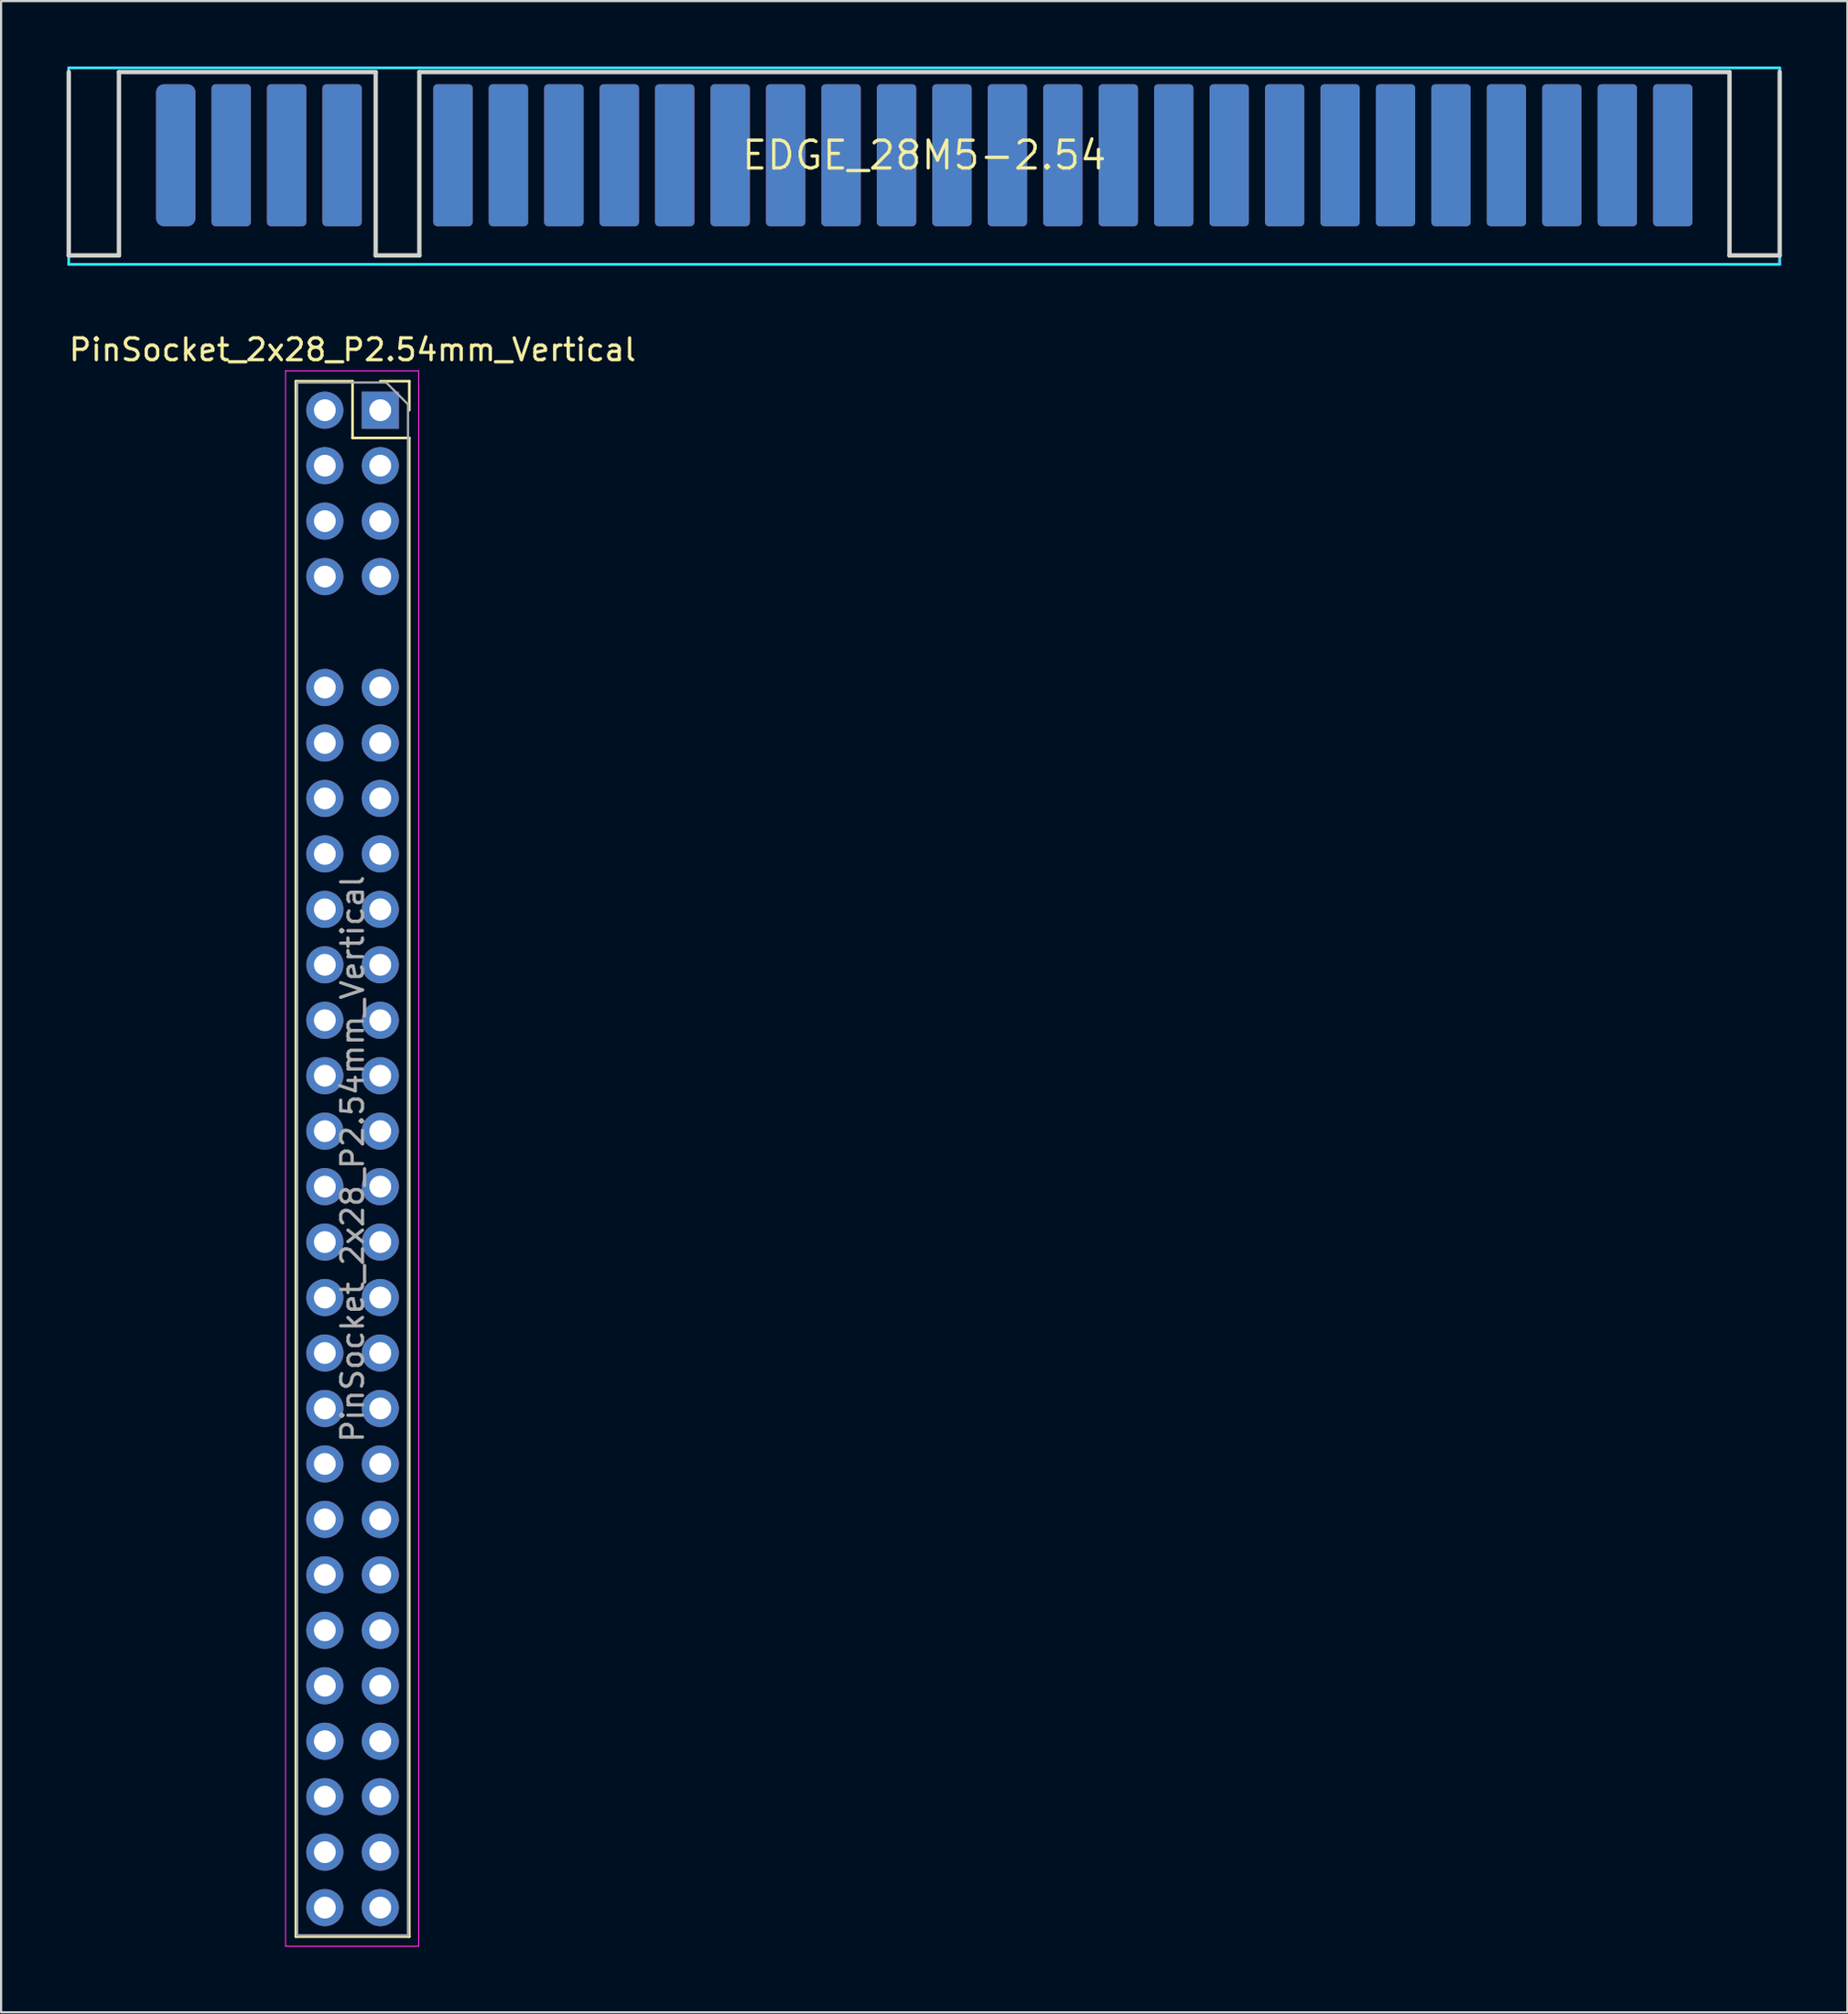
<source format=kicad_pcb>
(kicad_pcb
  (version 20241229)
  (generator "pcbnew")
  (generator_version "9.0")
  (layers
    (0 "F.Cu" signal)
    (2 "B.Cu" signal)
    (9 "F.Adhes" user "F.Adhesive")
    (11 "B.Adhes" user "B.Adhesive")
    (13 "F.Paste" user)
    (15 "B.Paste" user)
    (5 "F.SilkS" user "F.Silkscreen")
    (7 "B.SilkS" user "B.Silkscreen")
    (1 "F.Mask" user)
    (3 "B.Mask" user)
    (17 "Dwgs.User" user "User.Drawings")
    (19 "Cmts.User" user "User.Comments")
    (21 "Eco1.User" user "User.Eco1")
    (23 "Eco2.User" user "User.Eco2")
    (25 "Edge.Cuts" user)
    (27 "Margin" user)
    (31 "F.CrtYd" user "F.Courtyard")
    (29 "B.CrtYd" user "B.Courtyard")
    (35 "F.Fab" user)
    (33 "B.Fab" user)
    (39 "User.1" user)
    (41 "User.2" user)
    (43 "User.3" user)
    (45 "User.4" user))
  (footprint "EDGE_28M5-2.54"
    (layer "F.Cu")
    (at 39.29 4.06)
    (property "Reference" "EDGE_28M5-2.54" (at 0 0 0) (layer "F.SilkS") (effects (font (size 1.27 1.27) (thickness 0.15))))
    (attr through_hole)
    (fp_line (start -39.19 -3.81) (end -39.19 4.59) (stroke (width 0.2) (type solid)) (layer "Edge.Cuts"))
    (fp_line (start -39.19 4.59) (end -36.89 4.59) (stroke (width 0.2) (type solid)) (layer "Edge.Cuts"))
    (fp_line (start -36.89 -3.81) (end -25.13 -3.81) (stroke (width 0.2) (type solid)) (layer "Edge.Cuts"))
    (fp_line (start -36.89 4.59) (end -36.89 -3.81) (stroke (width 0.2) (type solid)) (layer "Edge.Cuts"))
    (fp_line (start -25.13 -3.81) (end -25.13 4.59) (stroke (width 0.2) (type solid)) (layer "Edge.Cuts"))
    (fp_line (start -25.13 4.59) (end -23.13 4.59) (stroke (width 0.2) (type solid)) (layer "Edge.Cuts"))
    (fp_line (start -23.13 -3.81) (end 36.89 -3.81) (stroke (width 0.2) (type solid)) (layer "Edge.Cuts"))
    (fp_line (start -23.13 4.59) (end -23.13 -3.81) (stroke (width 0.2) (type solid)) (layer "Edge.Cuts"))
    (fp_line (start 36.89 -3.81) (end 36.89 4.59) (stroke (width 0.2) (type solid)) (layer "Edge.Cuts"))
    (fp_line (start 36.89 4.59) (end 39.19 4.59) (stroke (width 0.2) (type solid)) (layer "Edge.Cuts"))
    (fp_line (start 39.19 4.59) (end 39.19 -3.81) (stroke (width 0.2) (type solid)) (layer "Edge.Cuts"))
    (fp_line (start -39.19 -4) (end 39.19 -4) (stroke (width 0.12) (type solid)) (layer "B.CrtYd"))
    (fp_line (start -39.19 5) (end -39.19 -4) (stroke (width 0.12) (type solid)) (layer "B.CrtYd"))
    (fp_line (start 39.19 -4) (end 39.19 5) (stroke (width 0.12) (type solid)) (layer "B.CrtYd"))
    (fp_line (start 39.19 5) (end -39.19 5) (stroke (width 0.12) (type solid)) (layer "B.CrtYd"))
    (fp_line (start -39.19 -4) (end 39.19 -4) (stroke (width 0.12) (type solid)) (layer "F.CrtYd"))
    (fp_line (start -39.19 5) (end -39.19 -4) (stroke (width 0.12) (type solid)) (layer "F.CrtYd"))
    (fp_line (start 39.19 -4) (end 39.19 5) (stroke (width 0.12) (type solid)) (layer "F.CrtYd"))
    (fp_line (start 39.19 5) (end -39.19 5) (stroke (width 0.12) (type solid)) (layer "F.CrtYd"))
    (pad "A1" smd roundrect (at -34.29 0) (size 1.8 6.5) (layers "B.Cu" "B.Mask" "B.Paste") (roundrect_rratio 0.2))
    (pad "A2" smd roundrect (at -31.75 0) (size 1.8 6.5) (layers "B.Cu" "B.Mask" "B.Paste") (roundrect_rratio 0.1))
    (pad "A3" smd roundrect (at -29.21 0) (size 1.8 6.5) (layers "B.Cu" "B.Mask" "B.Paste") (roundrect_rratio 0.1))
    (pad "A4" smd roundrect (at -26.67 0) (size 1.8 6.5) (layers "B.Cu" "B.Mask" "B.Paste") (roundrect_rratio 0.1))
    (pad "A6" smd roundrect (at -21.59 0) (size 1.8 6.5) (layers "B.Cu" "B.Mask" "B.Paste") (roundrect_rratio 0.1))
    (pad "A7" smd roundrect (at -19.05 0) (size 1.8 6.5) (layers "B.Cu" "B.Mask" "B.Paste") (roundrect_rratio 0.1))
    (pad "A8" smd roundrect (at -16.51 0) (size 1.8 6.5) (layers "B.Cu" "B.Mask" "B.Paste") (roundrect_rratio 0.1))
    (pad "A9" smd roundrect (at -13.97 0) (size 1.8 6.5) (layers "B.Cu" "B.Mask" "B.Paste") (roundrect_rratio 0.1))
    (pad "A10" smd roundrect (at -11.43 0) (size 1.8 6.5) (layers "B.Cu" "B.Mask" "B.Paste") (roundrect_rratio 0.1))
    (pad "A11" smd roundrect (at -8.89 0) (size 1.8 6.5) (layers "B.Cu" "B.Mask" "B.Paste") (roundrect_rratio 0.1))
    (pad "A12" smd roundrect (at -6.35 0) (size 1.8 6.5) (layers "B.Cu" "B.Mask" "B.Paste") (roundrect_rratio 0.1))
    (pad "A13" smd roundrect (at -3.81 0) (size 1.8 6.5) (layers "B.Cu" "B.Mask" "B.Paste") (roundrect_rratio 0.1))
    (pad "A14" smd roundrect (at -1.27 0) (size 1.8 6.5) (layers "B.Cu" "B.Mask" "B.Paste") (roundrect_rratio 0.1))
    (pad "A15" smd roundrect (at 1.27 0) (size 1.8 6.5) (layers "B.Cu" "B.Mask" "B.Paste") (roundrect_rratio 0.1))
    (pad "A16" smd roundrect (at 3.81 0) (size 1.8 6.5) (layers "B.Cu" "B.Mask" "B.Paste") (roundrect_rratio 0.1))
    (pad "A17" smd roundrect (at 6.35 0) (size 1.8 6.5) (layers "B.Cu" "B.Mask" "B.Paste") (roundrect_rratio 0.1))
    (pad "A18" smd roundrect (at 8.89 0) (size 1.8 6.5) (layers "B.Cu" "B.Mask" "B.Paste") (roundrect_rratio 0.1))
    (pad "A19" smd roundrect (at 11.43 0) (size 1.8 6.5) (layers "B.Cu" "B.Mask" "B.Paste") (roundrect_rratio 0.1))
    (pad "A20" smd roundrect (at 13.97 0) (size 1.8 6.5) (layers "B.Cu" "B.Mask" "B.Paste") (roundrect_rratio 0.1))
    (pad "A21" smd roundrect (at 16.51 0) (size 1.8 6.5) (layers "B.Cu" "B.Mask" "B.Paste") (roundrect_rratio 0.1))
    (pad "A22" smd roundrect (at 19.05 0) (size 1.8 6.5) (layers "B.Cu" "B.Mask" "B.Paste") (roundrect_rratio 0.1))
    (pad "A23" smd roundrect (at 21.59 0) (size 1.8 6.5) (layers "B.Cu" "B.Mask" "B.Paste") (roundrect_rratio 0.1))
    (pad "A24" smd roundrect (at 24.13 0) (size 1.8 6.5) (layers "B.Cu" "B.Mask" "B.Paste") (roundrect_rratio 0.1))
    (pad "A25" smd roundrect (at 26.67 0) (size 1.8 6.5) (layers "B.Cu" "B.Mask" "B.Paste") (roundrect_rratio 0.1))
    (pad "A26" smd roundrect (at 29.21 0) (size 1.8 6.5) (layers "B.Cu" "B.Mask" "B.Paste") (roundrect_rratio 0.1))
    (pad "A27" smd roundrect (at 31.75 0) (size 1.8 6.5) (layers "B.Cu" "B.Mask" "B.Paste") (roundrect_rratio 0.1))
    (pad "A28" smd roundrect (at 34.29 0) (size 1.8 6.5) (layers "B.Cu" "B.Mask" "B.Paste") (roundrect_rratio 0.1))
    (pad "B1" smd roundrect (at -34.29 0) (size 1.8 6.5) (layers "F.Cu" "F.Mask" "F.Paste") (roundrect_rratio 0.2))
    (pad "B2" smd roundrect (at -31.75 0) (size 1.8 6.5) (layers "F.Cu" "F.Mask" "F.Paste") (roundrect_rratio 0.1))
    (pad "B3" smd roundrect (at -29.21 0) (size 1.8 6.5) (layers "F.Cu" "F.Mask" "F.Paste") (roundrect_rratio 0.1))
    (pad "B4" smd roundrect (at -26.67 0) (size 1.8 6.5) (layers "F.Cu" "F.Mask" "F.Paste") (roundrect_rratio 0.1))
    (pad "B6" smd roundrect (at -21.59 0) (size 1.8 6.5) (layers "F.Cu" "F.Mask" "F.Paste") (roundrect_rratio 0.1))
    (pad "B7" smd roundrect (at -19.05 0) (size 1.8 6.5) (layers "F.Cu" "F.Mask" "F.Paste") (roundrect_rratio 0.1))
    (pad "B8" smd roundrect (at -16.51 0) (size 1.8 6.5) (layers "F.Cu" "F.Mask" "F.Paste") (roundrect_rratio 0.1))
    (pad "B9" smd roundrect (at -13.97 0) (size 1.8 6.5) (layers "F.Cu" "F.Mask" "F.Paste") (roundrect_rratio 0.1))
    (pad "B10" smd roundrect (at -11.43 0) (size 1.8 6.5) (layers "F.Cu" "F.Mask" "F.Paste") (roundrect_rratio 0.1))
    (pad "B11" smd roundrect (at -8.89 0) (size 1.8 6.5) (layers "F.Cu" "F.Mask" "F.Paste") (roundrect_rratio 0.1))
    (pad "B12" smd roundrect (at -6.35 0) (size 1.8 6.5) (layers "F.Cu" "F.Mask" "F.Paste") (roundrect_rratio 0.1))
    (pad "B13" smd roundrect (at -3.81 0) (size 1.8 6.5) (layers "F.Cu" "F.Mask" "F.Paste") (roundrect_rratio 0.1))
    (pad "B14" smd roundrect (at -1.27 0) (size 1.8 6.5) (layers "F.Cu" "F.Mask" "F.Paste") (roundrect_rratio 0.1))
    (pad "B15" smd roundrect (at 1.27 0) (size 1.8 6.5) (layers "F.Cu" "F.Mask" "F.Paste") (roundrect_rratio 0.1))
    (pad "B16" smd roundrect (at 3.81 0) (size 1.8 6.5) (layers "F.Cu" "F.Mask" "F.Paste") (roundrect_rratio 0.1))
    (pad "B17" smd roundrect (at 6.35 0) (size 1.8 6.5) (layers "F.Cu" "F.Mask" "F.Paste") (roundrect_rratio 0.1))
    (pad "B18" smd roundrect (at 8.89 0) (size 1.8 6.5) (layers "F.Cu" "F.Mask" "F.Paste") (roundrect_rratio 0.1))
    (pad "B19" smd roundrect (at 11.43 0) (size 1.8 6.5) (layers "F.Cu" "F.Mask" "F.Paste") (roundrect_rratio 0.1))
    (pad "B20" smd roundrect (at 13.97 0) (size 1.8 6.5) (layers "F.Cu" "F.Mask" "F.Paste") (roundrect_rratio 0.1))
    (pad "B21" smd roundrect (at 16.51 0) (size 1.8 6.5) (layers "F.Cu" "F.Mask" "F.Paste") (roundrect_rratio 0.1))
    (pad "B22" smd roundrect (at 19.05 0) (size 1.8 6.5) (layers "F.Cu" "F.Mask" "F.Paste") (roundrect_rratio 0.1))
    (pad "B23" smd roundrect (at 21.59 0) (size 1.8 6.5) (layers "F.Cu" "F.Mask" "F.Paste") (roundrect_rratio 0.1))
    (pad "B24" smd roundrect (at 24.13 0) (size 1.8 6.5) (layers "F.Cu" "F.Mask" "F.Paste") (roundrect_rratio 0.1))
    (pad "B25" smd roundrect (at 26.67 0) (size 1.8 6.5) (layers "F.Cu" "F.Mask" "F.Paste") (roundrect_rratio 0.1))
    (pad "B26" smd roundrect (at 29.21 0) (size 1.8 6.5) (layers "F.Cu" "F.Mask" "F.Paste") (roundrect_rratio 0.1))
    (pad "B27" smd roundrect (at 31.75 0) (size 1.8 6.5) (layers "F.Cu" "F.Mask" "F.Paste") (roundrect_rratio 0.1))
    (pad "B28" smd roundrect (at 34.29 0) (size 1.8 6.5) (layers "F.Cu" "F.Mask" "F.Paste") (roundrect_rratio 0.1)))
  (footprint "PinSocket_2x28_P2.54mm_Vertical"
    (layer "F.Cu")
    (at 13.101 50.028)
    (property "Reference" "PinSocket_2x28_P2.54mm_Vertical" (at 0 -37.06 0) (layer "F.SilkS") (effects (font (size 1 1) (thickness 0.15))))
    (attr through_hole)
    (fp_line (start -2.6 -35.62) (end -2.6 35.62) (stroke (width 0.12) (type solid)) (layer "F.SilkS"))
    (fp_line (start -2.6 -35.62) (end 0 -35.62) (stroke (width 0.12) (type solid)) (layer "F.SilkS"))
    (fp_line (start -2.6 35.62) (end 2.6 35.62) (stroke (width 0.12) (type solid)) (layer "F.SilkS"))
    (fp_line (start 0 -35.62) (end 0 -33.02) (stroke (width 0.12) (type solid)) (layer "F.SilkS"))
    (fp_line (start 0 -33.02) (end 2.6 -33.02) (stroke (width 0.12) (type solid)) (layer "F.SilkS"))
    (fp_line (start 1.27 -35.62) (end 2.6 -35.62) (stroke (width 0.12) (type solid)) (layer "F.SilkS"))
    (fp_line (start 2.6 -35.62) (end 2.6 -34.29) (stroke (width 0.12) (type solid)) (layer "F.SilkS"))
    (fp_line (start 2.6 -33.02) (end 2.6 35.62) (stroke (width 0.12) (type solid)) (layer "F.SilkS"))
    (fp_line (start -3.07 -36.09) (end 3.03 -36.09) (stroke (width 0.05) (type solid)) (layer "F.CrtYd"))
    (fp_line (start -3.07 36.06) (end -3.07 -36.09) (stroke (width 0.05) (type solid)) (layer "F.CrtYd"))
    (fp_line (start 3.03 -36.09) (end 3.03 36.06) (stroke (width 0.05) (type solid)) (layer "F.CrtYd"))
    (fp_line (start 3.03 36.06) (end -3.07 36.06) (stroke (width 0.05) (type solid)) (layer "F.CrtYd"))
    (fp_line (start -2.54 -35.56) (end 1.54 -35.56) (stroke (width 0.1) (type solid)) (layer "F.Fab"))
    (fp_line (start -2.54 35.56) (end -2.54 -35.56) (stroke (width 0.1) (type solid)) (layer "F.Fab"))
    (fp_line (start 1.54 -35.56) (end 2.54 -34.56) (stroke (width 0.1) (type solid)) (layer "F.Fab"))
    (fp_line (start 2.54 -34.56) (end 2.54 35.56) (stroke (width 0.1) (type solid)) (layer "F.Fab"))
    (fp_line (start 2.54 35.56) (end -2.54 35.56) (stroke (width 0.1) (type solid)) (layer "F.Fab"))
    (fp_text user "${REFERENCE}" (at 0 0 90) (layer "F.Fab") (effects (font (size 1 1) (thickness 0.15))))
    (pad "1" thru_hole rect (at 1.27 -34.29) (size 1.7 1.7) (drill 1) (layers "*.Cu" "*.Mask"))
    (pad "2" thru_hole oval (at -1.27 -34.29) (size 1.7 1.7) (drill 1) (layers "*.Cu" "*.Mask"))
    (pad "3" thru_hole oval (at 1.27 -31.75) (size 1.7 1.7) (drill 1) (layers "*.Cu" "*.Mask"))
    (pad "4" thru_hole oval (at -1.27 -31.75) (size 1.7 1.7) (drill 1) (layers "*.Cu" "*.Mask"))
    (pad "5" thru_hole oval (at 1.27 -29.21) (size 1.7 1.7) (drill 1) (layers "*.Cu" "*.Mask"))
    (pad "6" thru_hole oval (at -1.27 -29.21) (size 1.7 1.7) (drill 1) (layers "*.Cu" "*.Mask"))
    (pad "7" thru_hole oval (at 1.27 -26.67) (size 1.7 1.7) (drill 1) (layers "*.Cu" "*.Mask"))
    (pad "8" thru_hole oval (at -1.27 -26.67) (size 1.7 1.7) (drill 1) (layers "*.Cu" "*.Mask"))
    (pad "11" thru_hole oval (at 1.27 -21.59) (size 1.7 1.7) (drill 1) (layers "*.Cu" "*.Mask"))
    (pad "12" thru_hole oval (at -1.27 -21.59) (size 1.7 1.7) (drill 1) (layers "*.Cu" "*.Mask"))
    (pad "13" thru_hole oval (at 1.27 -19.05) (size 1.7 1.7) (drill 1) (layers "*.Cu" "*.Mask"))
    (pad "14" thru_hole oval (at -1.27 -19.05) (size 1.7 1.7) (drill 1) (layers "*.Cu" "*.Mask"))
    (pad "15" thru_hole oval (at 1.27 -16.51) (size 1.7 1.7) (drill 1) (layers "*.Cu" "*.Mask"))
    (pad "16" thru_hole oval (at -1.27 -16.51) (size 1.7 1.7) (drill 1) (layers "*.Cu" "*.Mask"))
    (pad "17" thru_hole oval (at 1.27 -13.97) (size 1.7 1.7) (drill 1) (layers "*.Cu" "*.Mask"))
    (pad "18" thru_hole oval (at -1.27 -13.97) (size 1.7 1.7) (drill 1) (layers "*.Cu" "*.Mask"))
    (pad "19" thru_hole oval (at 1.27 -11.43) (size 1.7 1.7) (drill 1) (layers "*.Cu" "*.Mask"))
    (pad "20" thru_hole oval (at -1.27 -11.43) (size 1.7 1.7) (drill 1) (layers "*.Cu" "*.Mask"))
    (pad "21" thru_hole oval (at 1.27 -8.89) (size 1.7 1.7) (drill 1) (layers "*.Cu" "*.Mask"))
    (pad "22" thru_hole oval (at -1.27 -8.89) (size 1.7 1.7) (drill 1) (layers "*.Cu" "*.Mask"))
    (pad "23" thru_hole oval (at 1.27 -6.35) (size 1.7 1.7) (drill 1) (layers "*.Cu" "*.Mask"))
    (pad "24" thru_hole oval (at -1.27 -6.35) (size 1.7 1.7) (drill 1) (layers "*.Cu" "*.Mask"))
    (pad "25" thru_hole oval (at 1.27 -3.81) (size 1.7 1.7) (drill 1) (layers "*.Cu" "*.Mask"))
    (pad "26" thru_hole oval (at -1.27 -3.81) (size 1.7 1.7) (drill 1) (layers "*.Cu" "*.Mask"))
    (pad "27" thru_hole oval (at 1.27 -1.27) (size 1.7 1.7) (drill 1) (layers "*.Cu" "*.Mask"))
    (pad "28" thru_hole oval (at -1.27 -1.27) (size 1.7 1.7) (drill 1) (layers "*.Cu" "*.Mask"))
    (pad "29" thru_hole oval (at 1.27 1.27) (size 1.7 1.7) (drill 1) (layers "*.Cu" "*.Mask"))
    (pad "30" thru_hole oval (at -1.27 1.27) (size 1.7 1.7) (drill 1) (layers "*.Cu" "*.Mask"))
    (pad "31" thru_hole oval (at 1.27 3.81) (size 1.7 1.7) (drill 1) (layers "*.Cu" "*.Mask"))
    (pad "32" thru_hole oval (at -1.27 3.81) (size 1.7 1.7) (drill 1) (layers "*.Cu" "*.Mask"))
    (pad "33" thru_hole oval (at 1.27 6.35) (size 1.7 1.7) (drill 1) (layers "*.Cu" "*.Mask"))
    (pad "34" thru_hole oval (at -1.27 6.35) (size 1.7 1.7) (drill 1) (layers "*.Cu" "*.Mask"))
    (pad "35" thru_hole oval (at 1.27 8.89) (size 1.7 1.7) (drill 1) (layers "*.Cu" "*.Mask"))
    (pad "36" thru_hole oval (at -1.27 8.89) (size 1.7 1.7) (drill 1) (layers "*.Cu" "*.Mask"))
    (pad "37" thru_hole oval (at 1.27 11.43) (size 1.7 1.7) (drill 1) (layers "*.Cu" "*.Mask"))
    (pad "38" thru_hole oval (at -1.27 11.43) (size 1.7 1.7) (drill 1) (layers "*.Cu" "*.Mask"))
    (pad "39" thru_hole oval (at 1.27 13.97) (size 1.7 1.7) (drill 1) (layers "*.Cu" "*.Mask"))
    (pad "40" thru_hole oval (at -1.27 13.97) (size 1.7 1.7) (drill 1) (layers "*.Cu" "*.Mask"))
    (pad "41" thru_hole oval (at 1.27 16.51) (size 1.7 1.7) (drill 1) (layers "*.Cu" "*.Mask"))
    (pad "42" thru_hole oval (at -1.27 16.51) (size 1.7 1.7) (drill 1) (layers "*.Cu" "*.Mask"))
    (pad "43" thru_hole oval (at 1.27 19.05) (size 1.7 1.7) (drill 1) (layers "*.Cu" "*.Mask"))
    (pad "44" thru_hole oval (at -1.27 19.05) (size 1.7 1.7) (drill 1) (layers "*.Cu" "*.Mask"))
    (pad "45" thru_hole oval (at 1.27 21.59) (size 1.7 1.7) (drill 1) (layers "*.Cu" "*.Mask"))
    (pad "46" thru_hole oval (at -1.27 21.59) (size 1.7 1.7) (drill 1) (layers "*.Cu" "*.Mask"))
    (pad "47" thru_hole oval (at 1.27 24.13) (size 1.7 1.7) (drill 1) (layers "*.Cu" "*.Mask"))
    (pad "48" thru_hole oval (at -1.27 24.13) (size 1.7 1.7) (drill 1) (layers "*.Cu" "*.Mask"))
    (pad "49" thru_hole oval (at 1.27 26.67) (size 1.7 1.7) (drill 1) (layers "*.Cu" "*.Mask"))
    (pad "50" thru_hole oval (at -1.27 26.67) (size 1.7 1.7) (drill 1) (layers "*.Cu" "*.Mask"))
    (pad "51" thru_hole oval (at 1.27 29.21) (size 1.7 1.7) (drill 1) (layers "*.Cu" "*.Mask"))
    (pad "52" thru_hole oval (at -1.27 29.21) (size 1.7 1.7) (drill 1) (layers "*.Cu" "*.Mask"))
    (pad "53" thru_hole oval (at 1.27 31.75) (size 1.7 1.7) (drill 1) (layers "*.Cu" "*.Mask"))
    (pad "54" thru_hole oval (at -1.27 31.75) (size 1.7 1.7) (drill 1) (layers "*.Cu" "*.Mask"))
    (pad "55" thru_hole oval (at 1.27 34.29) (size 1.7 1.7) (drill 1) (layers "*.Cu" "*.Mask"))
    (pad "56" thru_hole oval (at -1.27 34.29) (size 1.7 1.7) (drill 1) (layers "*.Cu" "*.Mask")))
  (gr_rect
    (start -3 -3)
    (end 81.58 89.113)
    (stroke (width 0.1) (type default))
    (fill no)
    (layer "Edge.Cuts")))
</source>
